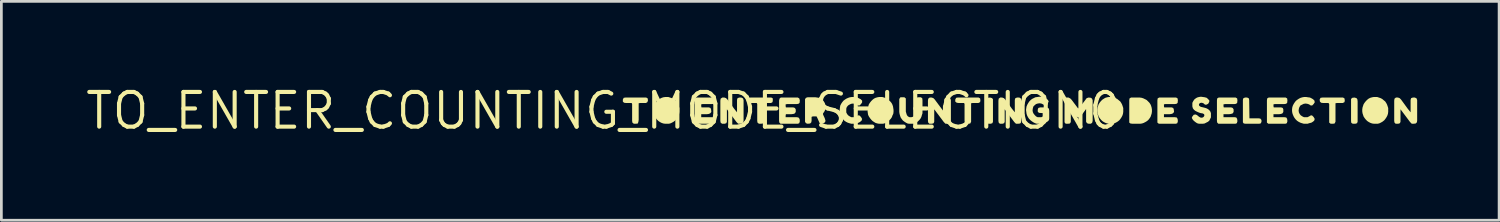
<source format=kicad_pcb>
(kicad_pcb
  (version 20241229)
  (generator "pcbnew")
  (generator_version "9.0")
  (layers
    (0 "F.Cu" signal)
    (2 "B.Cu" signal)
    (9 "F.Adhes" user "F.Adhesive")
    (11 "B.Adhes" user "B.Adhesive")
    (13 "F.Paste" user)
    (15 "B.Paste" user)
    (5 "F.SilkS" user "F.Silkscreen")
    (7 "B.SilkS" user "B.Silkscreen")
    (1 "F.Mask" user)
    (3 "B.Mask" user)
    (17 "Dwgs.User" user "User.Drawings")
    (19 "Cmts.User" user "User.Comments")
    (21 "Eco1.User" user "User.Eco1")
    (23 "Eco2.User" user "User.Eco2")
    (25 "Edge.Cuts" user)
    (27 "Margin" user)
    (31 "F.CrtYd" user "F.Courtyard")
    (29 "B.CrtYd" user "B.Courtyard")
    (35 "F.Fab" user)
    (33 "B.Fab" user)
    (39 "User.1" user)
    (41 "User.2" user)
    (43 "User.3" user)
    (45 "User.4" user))
  (footprint "TO_ENTER_COUNTING_MODE_SELECTION0"
    (layer "F.Cu")
    (at 19.057 1.006)
    (property "Reference" "TO_ENTER_COUNTING_MODE_SELECTION0" (at 0 0 0) (layer "F.SilkS") (effects (font (size 1.27 1.27) (thickness 0.15))))
    (fp_poly (pts (xy 14.213 -0.464) (xy 14.245 -0.422) (xy 14.245 0.401) (xy 14.224 0.454) (xy 14.161 0.475) (xy 14.079 0.475) (xy 14.026 0.443) (xy 14.005 0.381) (xy 14.005 -0.37) (xy 14.015 -0.432) (xy 14.058 -0.475) (xy 14.14 -0.485)) (stroke (width 0) (type solid)) (fill yes) (layer "F.SilkS"))
    (fp_poly (pts (xy 27.553 -0.464) (xy 27.585 -0.422) (xy 27.595 -0.35) (xy 27.595 0.401) (xy 27.574 0.454) (xy 27.511 0.475) (xy 27.419 0.475) (xy 27.365 0.443) (xy 27.355 0.38) (xy 27.355 -0.432) (xy 27.398 -0.475) (xy 27.48 -0.485)) (stroke (width 0) (type solid)) (fill yes) (layer "F.SilkS"))
    (fp_poly (pts (xy 23.615 -0.453) (xy 23.625 -0.39) (xy 23.635 0.275) (xy 23.96 0.275) (xy 24.033 0.285) (xy 24.075 0.338) (xy 24.075 0.411) (xy 24.043 0.465) (xy 23.98 0.475) (xy 23.5 0.475) (xy 23.427 0.465) (xy 23.395 0.422) (xy 23.395 -0.4) (xy 23.406 -0.453) (xy 23.469 -0.485) (xy 23.551 -0.485)) (stroke (width 0) (type solid)) (fill yes) (layer "F.SilkS"))
    (fp_poly (pts (xy 27.115 -0.453) (xy 27.125 -0.38) (xy 27.115 -0.317) (xy 27.051 -0.285) (xy 26.84 -0.285) (xy 26.785 -0.276) (xy 26.785 0.401) (xy 26.753 0.465) (xy 26.69 0.475) (xy 26.608 0.475) (xy 26.555 0.432) (xy 26.555 -0.248) (xy 26.527 -0.285) (xy 26.33 -0.285) (xy 26.258 -0.295) (xy 26.215 -0.338) (xy 26.205 -0.411) (xy 26.237 -0.475) (xy 26.31 -0.485) (xy 27.061 -0.485)) (stroke (width 0) (type solid)) (fill yes) (layer "F.SilkS"))
    (fp_poly (pts (xy 13.775 -0.453) (xy 13.785 -0.38) (xy 13.775 -0.317) (xy 13.711 -0.285) (xy 13.5 -0.285) (xy 13.445 -0.276) (xy 13.445 0.401) (xy 13.413 0.465) (xy 13.35 0.475) (xy 13.268 0.475) (xy 13.215 0.433) (xy 13.205 0.37) (xy 13.205 -0.249) (xy 13.187 -0.285) (xy 12.99 -0.285) (xy 12.918 -0.295) (xy 12.865 -0.338) (xy 12.865 -0.411) (xy 12.897 -0.475) (xy 12.96 -0.485) (xy 13.721 -0.485)) (stroke (width 0) (type solid)) (fill yes) (layer "F.SilkS"))
    (fp_poly (pts (xy 1.605 -0.453) (xy 1.615 -0.38) (xy 1.594 -0.317) (xy 1.541 -0.285) (xy 1.33 -0.285) (xy 1.275 -0.276) (xy 1.275 0.33) (xy 1.265 0.401) (xy 1.244 0.465) (xy 1.17 0.475) (xy 1.098 0.475) (xy 1.045 0.433) (xy 1.035 0.37) (xy 1.035 -0.249) (xy 1.017 -0.285) (xy 0.81 -0.285) (xy 0.738 -0.295) (xy 0.695 -0.338) (xy 0.695 -0.411) (xy 0.727 -0.475) (xy 0.79 -0.485) (xy 1.551 -0.485)) (stroke (width 0) (type solid)) (fill yes) (layer "F.SilkS"))
    (fp_poly (pts (xy 6.185 -0.453) (xy 6.185 -0.38) (xy 6.175 -0.317) (xy 6.121 -0.285) (xy 5.91 -0.285) (xy 5.855 -0.276) (xy 5.855 0.33) (xy 5.845 0.401) (xy 5.824 0.465) (xy 5.75 0.475) (xy 5.678 0.475) (xy 5.625 0.433) (xy 5.615 0.37) (xy 5.615 -0.249) (xy 5.597 -0.285) (xy 5.39 -0.285) (xy 5.318 -0.295) (xy 5.275 -0.338) (xy 5.275 -0.411) (xy 5.296 -0.475) (xy 5.37 -0.485) (xy 6.131 -0.485)) (stroke (width 0) (type solid)) (fill yes) (layer "F.SilkS"))
    (fp_poly (pts (xy 4.473 -0.464) (xy 4.524 -0.413) (xy 4.764 -0.083) (xy 4.875 0.056) (xy 4.875 -0.401) (xy 4.896 -0.464) (xy 4.959 -0.485) (xy 5.031 -0.485) (xy 5.094 -0.454) (xy 5.115 -0.391) (xy 5.115 0.36) (xy 5.105 0.422) (xy 5.062 0.465) (xy 4.98 0.475) (xy 4.918 0.475) (xy 4.856 0.413) (xy 4.505 -0.055) (xy 4.505 0.401) (xy 4.484 0.454) (xy 4.421 0.475) (xy 4.328 0.475) (xy 4.275 0.433) (xy 4.265 0.37) (xy 4.265 -0.37) (xy 4.275 -0.443) (xy 4.338 -0.485) (xy 4.411 -0.485)) (stroke (width 0) (type solid)) (fill yes) (layer "F.SilkS"))
    (fp_poly (pts (xy 12.063 -0.464) (xy 12.114 -0.413) (xy 12.314 -0.143) (xy 12.465 0.055) (xy 12.465 -0.401) (xy 12.486 -0.464) (xy 12.549 -0.485) (xy 12.631 -0.485) (xy 12.684 -0.453) (xy 12.705 -0.391) (xy 12.705 0.36) (xy 12.695 0.422) (xy 12.652 0.465) (xy 12.57 0.475) (xy 12.508 0.475) (xy 12.446 0.413) (xy 12.095 -0.055) (xy 12.095 0.401) (xy 12.074 0.454) (xy 12.011 0.475) (xy 11.918 0.475) (xy 11.875 0.432) (xy 11.865 0.37) (xy 11.865 -0.37) (xy 11.875 -0.443) (xy 11.928 -0.485) (xy 12.001 -0.485)) (stroke (width 0) (type solid)) (fill yes) (layer "F.SilkS"))
    (fp_poly (pts (xy 14.643 -0.464) (xy 14.694 -0.413) (xy 14.934 -0.083) (xy 15.045 0.056) (xy 15.045 -0.401) (xy 15.066 -0.464) (xy 15.129 -0.485) (xy 15.211 -0.485) (xy 15.264 -0.453) (xy 15.285 -0.391) (xy 15.285 0.36) (xy 15.275 0.422) (xy 15.243 0.465) (xy 15.16 0.475) (xy 15.088 0.475) (xy 15.026 0.413) (xy 14.675 -0.055) (xy 14.675 0.401) (xy 14.654 0.454) (xy 14.591 0.475) (xy 14.498 0.475) (xy 14.455 0.432) (xy 14.445 0.37) (xy 14.445 -0.37) (xy 14.455 -0.443) (xy 14.508 -0.485) (xy 14.581 -0.485)) (stroke (width 0) (type solid)) (fill yes) (layer "F.SilkS"))
    (fp_poly (pts (xy 29.133 -0.464) (xy 29.184 -0.413) (xy 29.424 -0.083) (xy 29.535 0.056) (xy 29.535 -0.401) (xy 29.556 -0.464) (xy 29.619 -0.485) (xy 29.691 -0.485) (xy 29.754 -0.454) (xy 29.775 -0.391) (xy 29.775 0.36) (xy 29.765 0.422) (xy 29.722 0.465) (xy 29.64 0.475) (xy 29.578 0.475) (xy 29.516 0.413) (xy 29.165 -0.055) (xy 29.165 0.401) (xy 29.144 0.454) (xy 29.081 0.475) (xy 28.988 0.475) (xy 28.945 0.432) (xy 28.935 0.37) (xy 28.935 -0.37) (xy 28.945 -0.443) (xy 28.998 -0.485) (xy 29.071 -0.485)) (stroke (width 0) (type solid)) (fill yes) (layer "F.SilkS"))
    (fp_poly (pts (xy 4.065 -0.453) (xy 4.075 -0.38) (xy 4.065 -0.287) (xy 4.022 -0.255) (xy 3.95 -0.245) (xy 3.61 -0.245) (xy 3.565 -0.236) (xy 3.565 -0.17) (xy 3.574 -0.125) (xy 3.841 -0.125) (xy 3.904 -0.104) (xy 3.925 -0.051) (xy 3.935 0.042) (xy 3.893 0.094) (xy 3.841 0.115) (xy 3.77 0.125) (xy 3.565 0.125) (xy 3.565 0.235) (xy 3.96 0.235) (xy 4.033 0.245) (xy 4.065 0.298) (xy 4.075 0.38) (xy 4.054 0.454) (xy 4.001 0.475) (xy 3.378 0.475) (xy 3.325 0.432) (xy 3.325 -0.38) (xy 3.335 -0.453) (xy 3.389 -0.485) (xy 4.011 -0.485)) (stroke (width 0) (type solid)) (fill yes) (layer "F.SilkS"))
    (fp_poly (pts (xy 21.005 -0.453) (xy 21.015 -0.38) (xy 21.005 -0.287) (xy 20.962 -0.255) (xy 20.89 -0.245) (xy 20.55 -0.245) (xy 20.505 -0.236) (xy 20.505 -0.17) (xy 20.514 -0.125) (xy 20.781 -0.125) (xy 20.844 -0.104) (xy 20.865 -0.051) (xy 20.875 0.042) (xy 20.833 0.094) (xy 20.781 0.115) (xy 20.71 0.125) (xy 20.505 0.125) (xy 20.505 0.235) (xy 20.9 0.235) (xy 20.973 0.245) (xy 21.005 0.298) (xy 21.015 0.38) (xy 20.994 0.454) (xy 20.941 0.475) (xy 20.318 0.475) (xy 20.265 0.432) (xy 20.265 -0.38) (xy 20.275 -0.453) (xy 20.329 -0.485) (xy 20.951 -0.485)) (stroke (width 0) (type solid)) (fill yes) (layer "F.SilkS"))
    (fp_poly (pts (xy 25.015 -0.453) (xy 25.025 -0.38) (xy 25.015 -0.287) (xy 24.972 -0.255) (xy 24.9 -0.245) (xy 24.56 -0.245) (xy 24.515 -0.236) (xy 24.515 -0.17) (xy 24.524 -0.125) (xy 24.791 -0.125) (xy 24.854 -0.104) (xy 24.875 -0.051) (xy 24.875 0.041) (xy 24.843 0.094) (xy 24.791 0.115) (xy 24.72 0.125) (xy 24.515 0.125) (xy 24.515 0.235) (xy 24.91 0.235) (xy 24.983 0.245) (xy 25.015 0.298) (xy 25.025 0.38) (xy 25.004 0.454) (xy 24.951 0.475) (xy 24.328 0.475) (xy 24.275 0.432) (xy 24.275 -0.38) (xy 24.285 -0.453) (xy 24.339 -0.485) (xy 24.961 -0.485)) (stroke (width 0) (type solid)) (fill yes) (layer "F.SilkS"))
    (fp_poly (pts (xy 19.691 -0.475) (xy 19.752 -0.455) (xy 19.873 -0.394) (xy 19.924 -0.344) (xy 19.974 -0.293) (xy 20.014 -0.232) (xy 20.035 -0.182) (xy 20.055 -0.111) (xy 20.065 -0.04) (xy 20.065 0.03) (xy 20.055 0.101) (xy 20.035 0.162) (xy 20.015 0.222) (xy 19.974 0.283) (xy 19.934 0.334) (xy 19.873 0.384) (xy 19.822 0.414) (xy 19.766 0.442) (xy 19.767 0.443) (xy 19.762 0.445) (xy 19.757 0.447) (xy 19.757 0.446) (xy 19.701 0.465) (xy 19.63 0.475) (xy 19.36 0.475) (xy 19.278 0.465) (xy 19.235 0.432) (xy 19.235 -0.39) (xy 19.245 -0.453) (xy 19.299 -0.485) (xy 19.62 -0.485)) (stroke (width 0) (type solid)) (fill yes) (layer "F.SilkS"))
    (fp_poly (pts (xy 23.185 -0.453) (xy 23.195 -0.38) (xy 23.185 -0.287) (xy 23.142 -0.255) (xy 23.08 -0.245) (xy 22.74 -0.245) (xy 22.685 -0.236) (xy 22.685 -0.17) (xy 22.694 -0.125) (xy 22.961 -0.125) (xy 23.023 -0.104) (xy 23.055 -0.051) (xy 23.055 0.041) (xy 23.023 0.094) (xy 22.961 0.115) (xy 22.89 0.125) (xy 22.685 0.125) (xy 22.685 0.235) (xy 23.09 0.235) (xy 23.153 0.245) (xy 23.185 0.298) (xy 23.195 0.38) (xy 23.174 0.454) (xy 23.121 0.475) (xy 22.498 0.475) (xy 22.455 0.432) (xy 22.445 0.37) (xy 22.445 -0.38) (xy 22.455 -0.453) (xy 22.509 -0.485) (xy 23.131 -0.485)) (stroke (width 0) (type solid)) (fill yes) (layer "F.SilkS"))
    (fp_poly (pts (xy 7.154 -0.453) (xy 7.175 -0.38) (xy 7.165 -0.287) (xy 7.122 -0.255) (xy 7.05 -0.245) (xy 6.71 -0.245) (xy 6.655 -0.236) (xy 6.655 -0.17) (xy 6.664 -0.125) (xy 6.931 -0.125) (xy 6.993 -0.104) (xy 7.025 -0.051) (xy 7.025 0.041) (xy 6.993 0.094) (xy 6.941 0.115) (xy 6.86 0.125) (xy 6.664 0.125) (xy 6.655 0.18) (xy 6.655 0.235) (xy 7.06 0.235) (xy 7.123 0.245) (xy 7.165 0.298) (xy 7.175 0.38) (xy 7.154 0.454) (xy 7.101 0.475) (xy 6.468 0.475) (xy 6.425 0.432) (xy 6.415 0.37) (xy 6.415 -0.381) (xy 6.436 -0.453) (xy 6.478 -0.485) (xy 7.101 -0.485)) (stroke (width 0) (type solid)) (fill yes) (layer "F.SilkS"))
    (fp_poly (pts (xy 17.832 -0.475) (xy 17.874 -0.443) (xy 17.895 -0.381) (xy 17.895 0.371) (xy 17.874 0.443) (xy 17.821 0.475) (xy 17.749 0.475) (xy 17.687 0.454) (xy 17.655 0.401) (xy 17.655 -0.065) (xy 17.494 0.153) (xy 17.463 0.194) (xy 17.401 0.235) (xy 17.328 0.225) (xy 17.276 0.184) (xy 17.096 -0.057) (xy 17.095 -0.058) (xy 17.095 0.411) (xy 17.063 0.465) (xy 16.99 0.475) (xy 16.908 0.475) (xy 16.865 0.422) (xy 16.865 -0.39) (xy 16.875 -0.453) (xy 16.929 -0.485) (xy 17.011 -0.485) (xy 17.073 -0.454) (xy 17.124 -0.403) (xy 17.362 -0.086) (xy 17.407 -0.104) (xy 17.556 -0.303) (xy 17.677 -0.464) (xy 17.75 -0.485)) (stroke (width 0) (type solid)) (fill yes) (layer "F.SilkS"))
    (fp_poly (pts (xy 7.811 -0.485) (xy 7.872 -0.475) (xy 7.933 -0.444) (xy 7.998 -0.401) (xy 7.992 -0.395) (xy 8.044 -0.353) (xy 8.085 -0.292) (xy 8.105 -0.231) (xy 8.115 -0.16) (xy 8.105 -0.089) (xy 8.095 -0.018) (xy 8.064 0.043) (xy 8.025 0.092) (xy 8.025 0.139) (xy 8.085 0.268) (xy 8.095 0.299) (xy 8.115 0.37) (xy 8.094 0.423) (xy 8.022 0.465) (xy 7.959 0.475) (xy 7.896 0.444) (xy 7.825 0.282) (xy 7.787 0.205) (xy 7.651 0.205) (xy 7.605 0.223) (xy 7.605 0.36) (xy 7.595 0.422) (xy 7.552 0.465) (xy 7.459 0.475) (xy 7.397 0.454) (xy 7.365 0.401) (xy 7.365 -0.421) (xy 7.397 -0.474) (xy 7.459 -0.495) (xy 7.74 -0.495)) (stroke (width 0) (type solid)) (fill yes) (layer "F.SilkS"))
    (fp_poly (pts (xy 11.055 -0.452) (xy 11.055 0.029) (xy 11.075 0.099) (xy 11.094 0.158) (xy 11.133 0.206) (xy 11.191 0.235) (xy 11.259 0.235) (xy 11.328 0.215) (xy 11.376 0.177) (xy 11.405 0.118) (xy 11.425 0.059) (xy 11.425 -0.35) (xy 11.435 -0.421) (xy 11.456 -0.484) (xy 11.52 -0.495) (xy 11.601 -0.495) (xy 11.655 -0.463) (xy 11.665 -0.39) (xy 11.665 0.091) (xy 11.645 0.151) (xy 11.625 0.222) (xy 11.594 0.283) (xy 11.554 0.333) (xy 11.503 0.384) (xy 11.453 0.424) (xy 11.392 0.455) (xy 11.321 0.475) (xy 11.18 0.475) (xy 11.118 0.465) (xy 11.057 0.434) (xy 10.997 0.394) (xy 10.946 0.354) (xy 10.906 0.303) (xy 10.865 0.242) (xy 10.845 0.181) (xy 10.825 0.111) (xy 10.815 0.04) (xy 10.815 -0.432) (xy 10.857 -0.495) (xy 11.002 -0.495)) (stroke (width 0) (type solid)) (fill yes) (layer "F.SilkS"))
    (fp_poly (pts (xy 2.422 -0.485) (xy 2.482 -0.465) (xy 2.543 -0.434) (xy 2.603 -0.384) (xy 2.654 -0.343) (xy 2.694 -0.283) (xy 2.725 -0.222) (xy 2.745 -0.162) (xy 2.765 -0.101) (xy 2.765 0.04) (xy 2.755 0.111) (xy 2.735 0.172) (xy 2.704 0.233) (xy 2.664 0.293) (xy 2.624 0.344) (xy 2.563 0.394) (xy 2.512 0.424) (xy 2.452 0.455) (xy 2.381 0.475) (xy 2.25 0.475) (xy 2.179 0.465) (xy 2.118 0.445) (xy 2.057 0.414) (xy 1.997 0.374) (xy 1.946 0.323) (xy 1.906 0.273) (xy 1.869 0.217) (xy 1.867 0.218) (xy 1.865 0.212) (xy 1.863 0.208) (xy 1.864 0.208) (xy 1.845 0.152) (xy 1.825 0.091) (xy 1.815 0.02) (xy 1.815 -0.05) (xy 1.825 -0.121) (xy 1.845 -0.182) (xy 1.865 -0.242) (xy 1.906 -0.303) (xy 1.946 -0.353) (xy 1.997 -0.404) (xy 2.057 -0.444) (xy 2.118 -0.475) (xy 2.179 -0.495) (xy 2.25 -0.505) (xy 2.361 -0.505)) (stroke (width 0) (type solid)) (fill yes) (layer "F.SilkS"))
    (fp_poly (pts (xy 18.672 -0.485) (xy 18.732 -0.465) (xy 18.793 -0.434) (xy 18.853 -0.384) (xy 18.904 -0.343) (xy 18.944 -0.283) (xy 18.975 -0.222) (xy 18.995 -0.162) (xy 19.015 -0.101) (xy 19.015 0.04) (xy 19.005 0.111) (xy 18.985 0.172) (xy 18.954 0.233) (xy 18.914 0.293) (xy 18.874 0.344) (xy 18.813 0.394) (xy 18.762 0.424) (xy 18.702 0.455) (xy 18.631 0.475) (xy 18.5 0.475) (xy 18.429 0.465) (xy 18.368 0.445) (xy 18.307 0.414) (xy 18.247 0.374) (xy 18.196 0.323) (xy 18.156 0.273) (xy 18.119 0.217) (xy 18.117 0.218) (xy 18.115 0.212) (xy 18.113 0.208) (xy 18.114 0.208) (xy 18.095 0.152) (xy 18.075 0.091) (xy 18.065 0.02) (xy 18.065 -0.05) (xy 18.075 -0.121) (xy 18.095 -0.182) (xy 18.115 -0.242) (xy 18.156 -0.303) (xy 18.196 -0.353) (xy 18.247 -0.404) (xy 18.307 -0.444) (xy 18.358 -0.475) (xy 18.429 -0.495) (xy 18.49 -0.505) (xy 18.611 -0.505)) (stroke (width 0) (type solid)) (fill yes) (layer "F.SilkS"))
    (fp_poly (pts (xy 28.372 -0.485) (xy 28.432 -0.465) (xy 28.493 -0.434) (xy 28.553 -0.384) (xy 28.604 -0.343) (xy 28.644 -0.283) (xy 28.675 -0.222) (xy 28.695 -0.162) (xy 28.715 -0.101) (xy 28.715 0.04) (xy 28.705 0.111) (xy 28.685 0.172) (xy 28.654 0.233) (xy 28.614 0.293) (xy 28.574 0.344) (xy 28.513 0.394) (xy 28.462 0.424) (xy 28.402 0.455) (xy 28.331 0.475) (xy 28.2 0.475) (xy 28.129 0.465) (xy 28.068 0.445) (xy 28.007 0.414) (xy 27.947 0.374) (xy 27.896 0.323) (xy 27.856 0.273) (xy 27.819 0.217) (xy 27.817 0.218) (xy 27.815 0.212) (xy 27.813 0.208) (xy 27.814 0.208) (xy 27.795 0.152) (xy 27.775 0.091) (xy 27.765 0.02) (xy 27.765 -0.05) (xy 27.775 -0.121) (xy 27.795 -0.182) (xy 27.815 -0.242) (xy 27.856 -0.303) (xy 27.896 -0.353) (xy 27.947 -0.404) (xy 27.997 -0.444) (xy 28.058 -0.475) (xy 28.129 -0.495) (xy 28.19 -0.505) (xy 28.311 -0.505)) (stroke (width 0) (type solid)) (fill yes) (layer "F.SilkS"))
    (fp_poly (pts (xy 10.261 -0.485) (xy 10.322 -0.465) (xy 10.383 -0.434) (xy 10.433 -0.384) (xy 10.484 -0.344) (xy 10.534 -0.283) (xy 10.565 -0.222) (xy 10.585 -0.161) (xy 10.595 -0.101) (xy 10.605 -0.03) (xy 10.605 0.04) (xy 10.595 0.112) (xy 10.565 0.172) (xy 10.545 0.232) (xy 10.504 0.293) (xy 10.454 0.344) (xy 10.403 0.394) (xy 10.352 0.424) (xy 10.292 0.455) (xy 10.221 0.475) (xy 10.08 0.475) (xy 10.019 0.465) (xy 9.948 0.445) (xy 9.897 0.414) (xy 9.837 0.374) (xy 9.786 0.323) (xy 9.746 0.273) (xy 9.709 0.217) (xy 9.708 0.217) (xy 9.706 0.213) (xy 9.703 0.208) (xy 9.703 0.208) (xy 9.675 0.152) (xy 9.665 0.091) (xy 9.655 0.02) (xy 9.655 -0.05) (xy 9.665 -0.121) (xy 9.685 -0.182) (xy 9.705 -0.242) (xy 9.746 -0.303) (xy 9.786 -0.353) (xy 9.837 -0.404) (xy 9.887 -0.444) (xy 9.948 -0.475) (xy 10.019 -0.495) (xy 10.08 -0.505) (xy 10.191 -0.505)) (stroke (width 0) (type solid)) (fill yes) (layer "F.SilkS"))
    (fp_poly (pts (xy 9.211 -0.495) (xy 9.282 -0.485) (xy 9.403 -0.424) (xy 9.455 -0.372) (xy 9.455 -0.308) (xy 9.414 -0.247) (xy 9.362 -0.195) (xy 9.308 -0.195) (xy 9.248 -0.235) (xy 9.189 -0.255) (xy 9.12 -0.265) (xy 9.052 -0.255) (xy 8.992 -0.226) (xy 8.943 -0.196) (xy 8.894 -0.138) (xy 8.875 -0.079) (xy 8.875 0.059) (xy 8.904 0.117) (xy 8.943 0.166) (xy 9.003 0.206) (xy 9.061 0.235) (xy 9.189 0.235) (xy 9.248 0.206) (xy 9.319 0.165) (xy 9.363 0.175) (xy 9.414 0.227) (xy 9.455 0.299) (xy 9.434 0.363) (xy 9.383 0.404) (xy 9.332 0.435) (xy 9.261 0.455) (xy 9.191 0.475) (xy 9.059 0.475) (xy 8.989 0.455) (xy 8.928 0.435) (xy 8.867 0.404) (xy 8.807 0.364) (xy 8.756 0.313) (xy 8.716 0.263) (xy 8.686 0.212) (xy 8.655 0.142) (xy 8.635 0.081) (xy 8.635 -0.06) (xy 8.645 -0.131) (xy 8.655 -0.192) (xy 8.686 -0.253) (xy 8.726 -0.313) (xy 8.766 -0.364) (xy 8.817 -0.404) (xy 8.878 -0.444) (xy 8.948 -0.475) (xy 9.009 -0.495) (xy 9.08 -0.505) (xy 9.14 -0.505)) (stroke (width 0) (type solid)) (fill yes) (layer "F.SilkS"))
    (fp_poly (pts (xy 25.771 -0.495) (xy 25.851 -0.485) (xy 25.912 -0.454) (xy 25.963 -0.424) (xy 26.015 -0.372) (xy 26.025 -0.309) (xy 25.984 -0.247) (xy 25.932 -0.195) (xy 25.878 -0.195) (xy 25.818 -0.235) (xy 25.759 -0.255) (xy 25.69 -0.265) (xy 25.622 -0.255) (xy 25.503 -0.196) (xy 25.465 -0.138) (xy 25.445 -0.079) (xy 25.435 -0.01) (xy 25.445 0.058) (xy 25.474 0.117) (xy 25.513 0.166) (xy 25.573 0.206) (xy 25.631 0.235) (xy 25.759 0.235) (xy 25.818 0.206) (xy 25.889 0.165) (xy 25.933 0.175) (xy 25.984 0.227) (xy 26.025 0.299) (xy 26.004 0.363) (xy 25.953 0.404) (xy 25.902 0.435) (xy 25.821 0.455) (xy 25.761 0.475) (xy 25.629 0.475) (xy 25.559 0.455) (xy 25.498 0.435) (xy 25.437 0.404) (xy 25.377 0.364) (xy 25.326 0.313) (xy 25.286 0.263) (xy 25.256 0.212) (xy 25.225 0.142) (xy 25.205 0.081) (xy 25.195 0.01) (xy 25.195 -0.06) (xy 25.205 -0.131) (xy 25.225 -0.192) (xy 25.256 -0.253) (xy 25.296 -0.313) (xy 25.336 -0.364) (xy 25.387 -0.404) (xy 25.447 -0.444) (xy 25.508 -0.475) (xy 25.579 -0.495) (xy 25.64 -0.505) (xy 25.71 -0.505)) (stroke (width 0) (type solid)) (fill yes) (layer "F.SilkS"))
    (fp_poly (pts (xy 21.931 -0.505) (xy 22.001 -0.495) (xy 22.073 -0.474) (xy 22.114 -0.434) (xy 22.165 -0.382) (xy 22.165 -0.329) (xy 22.124 -0.256) (xy 22.061 -0.225) (xy 22.008 -0.225) (xy 21.948 -0.276) (xy 21.89 -0.295) (xy 21.823 -0.285) (xy 21.785 -0.239) (xy 21.795 -0.183) (xy 21.852 -0.145) (xy 21.981 -0.115) (xy 22.052 -0.095) (xy 22.113 -0.064) (xy 22.164 -0.024) (xy 22.204 0.028) (xy 22.225 0.089) (xy 22.225 0.241) (xy 22.164 0.363) (xy 22.113 0.404) (xy 21.992 0.465) (xy 21.92 0.475) (xy 21.789 0.475) (xy 21.718 0.455) (xy 21.657 0.414) (xy 21.607 0.374) (xy 21.566 0.333) (xy 21.524 0.26) (xy 21.546 0.207) (xy 21.597 0.145) (xy 21.661 0.135) (xy 21.713 0.156) (xy 21.773 0.206) (xy 21.832 0.245) (xy 21.899 0.255) (xy 21.956 0.226) (xy 21.985 0.179) (xy 21.975 0.123) (xy 21.918 0.095) (xy 21.849 0.085) (xy 21.788 0.065) (xy 21.718 0.035) (xy 21.657 0.004) (xy 21.606 -0.036) (xy 21.565 -0.088) (xy 21.545 -0.159) (xy 21.545 -0.291) (xy 21.576 -0.353) (xy 21.616 -0.413) (xy 21.667 -0.454) (xy 21.718 -0.485) (xy 21.789 -0.505) (xy 21.86 -0.515)) (stroke (width 0) (type solid)) (fill yes) (layer "F.SilkS"))
    (fp_poly (pts (xy 16.071 -0.495) (xy 16.132 -0.475) (xy 16.193 -0.444) (xy 16.254 -0.403) (xy 16.286 -0.34) (xy 16.254 -0.277) (xy 16.192 -0.215) (xy 16.139 -0.205) (xy 16.018 -0.265) (xy 15.95 -0.275) (xy 15.881 -0.265) (xy 15.822 -0.246) (xy 15.773 -0.206) (xy 15.724 -0.157) (xy 15.705 -0.089) (xy 15.695 -0.02) (xy 15.705 0.048) (xy 15.734 0.107) (xy 15.774 0.157) (xy 15.823 0.206) (xy 15.881 0.235) (xy 16.019 0.235) (xy 16.065 0.207) (xy 16.065 0.085) (xy 15.928 0.075) (xy 15.885 0.032) (xy 15.885 -0.041) (xy 15.906 -0.104) (xy 15.979 -0.125) (xy 16.181 -0.125) (xy 16.263 -0.105) (xy 16.295 -0.072) (xy 16.305 -0.000355) (xy 16.305 0.28) (xy 16.295 0.342) (xy 16.243 0.394) (xy 16.192 0.424) (xy 16.132 0.455) (xy 16.071 0.465) (xy 15.99 0.475) (xy 15.849 0.475) (xy 15.788 0.455) (xy 15.727 0.424) (xy 15.667 0.384) (xy 15.617 0.344) (xy 15.566 0.293) (xy 15.526 0.233) (xy 15.495 0.172) (xy 15.475 0.111) (xy 15.465 0.041) (xy 15.455 -0.03) (xy 15.465 -0.101) (xy 15.475 -0.161) (xy 15.506 -0.232) (xy 15.536 -0.283) (xy 15.576 -0.343) (xy 15.627 -0.394) (xy 15.677 -0.434) (xy 15.798 -0.495) (xy 15.869 -0.505) (xy 15.94 -0.515) (xy 16.001 -0.515)) (stroke (width 0) (type solid)) (fill yes) (layer "F.SilkS")))
  (gr_rect
    (start -3 -3)
    (end 51.832 5.012)
    (stroke (width 0.1) (type default))
    (fill no)
    (layer "Edge.Cuts")))
</source>
